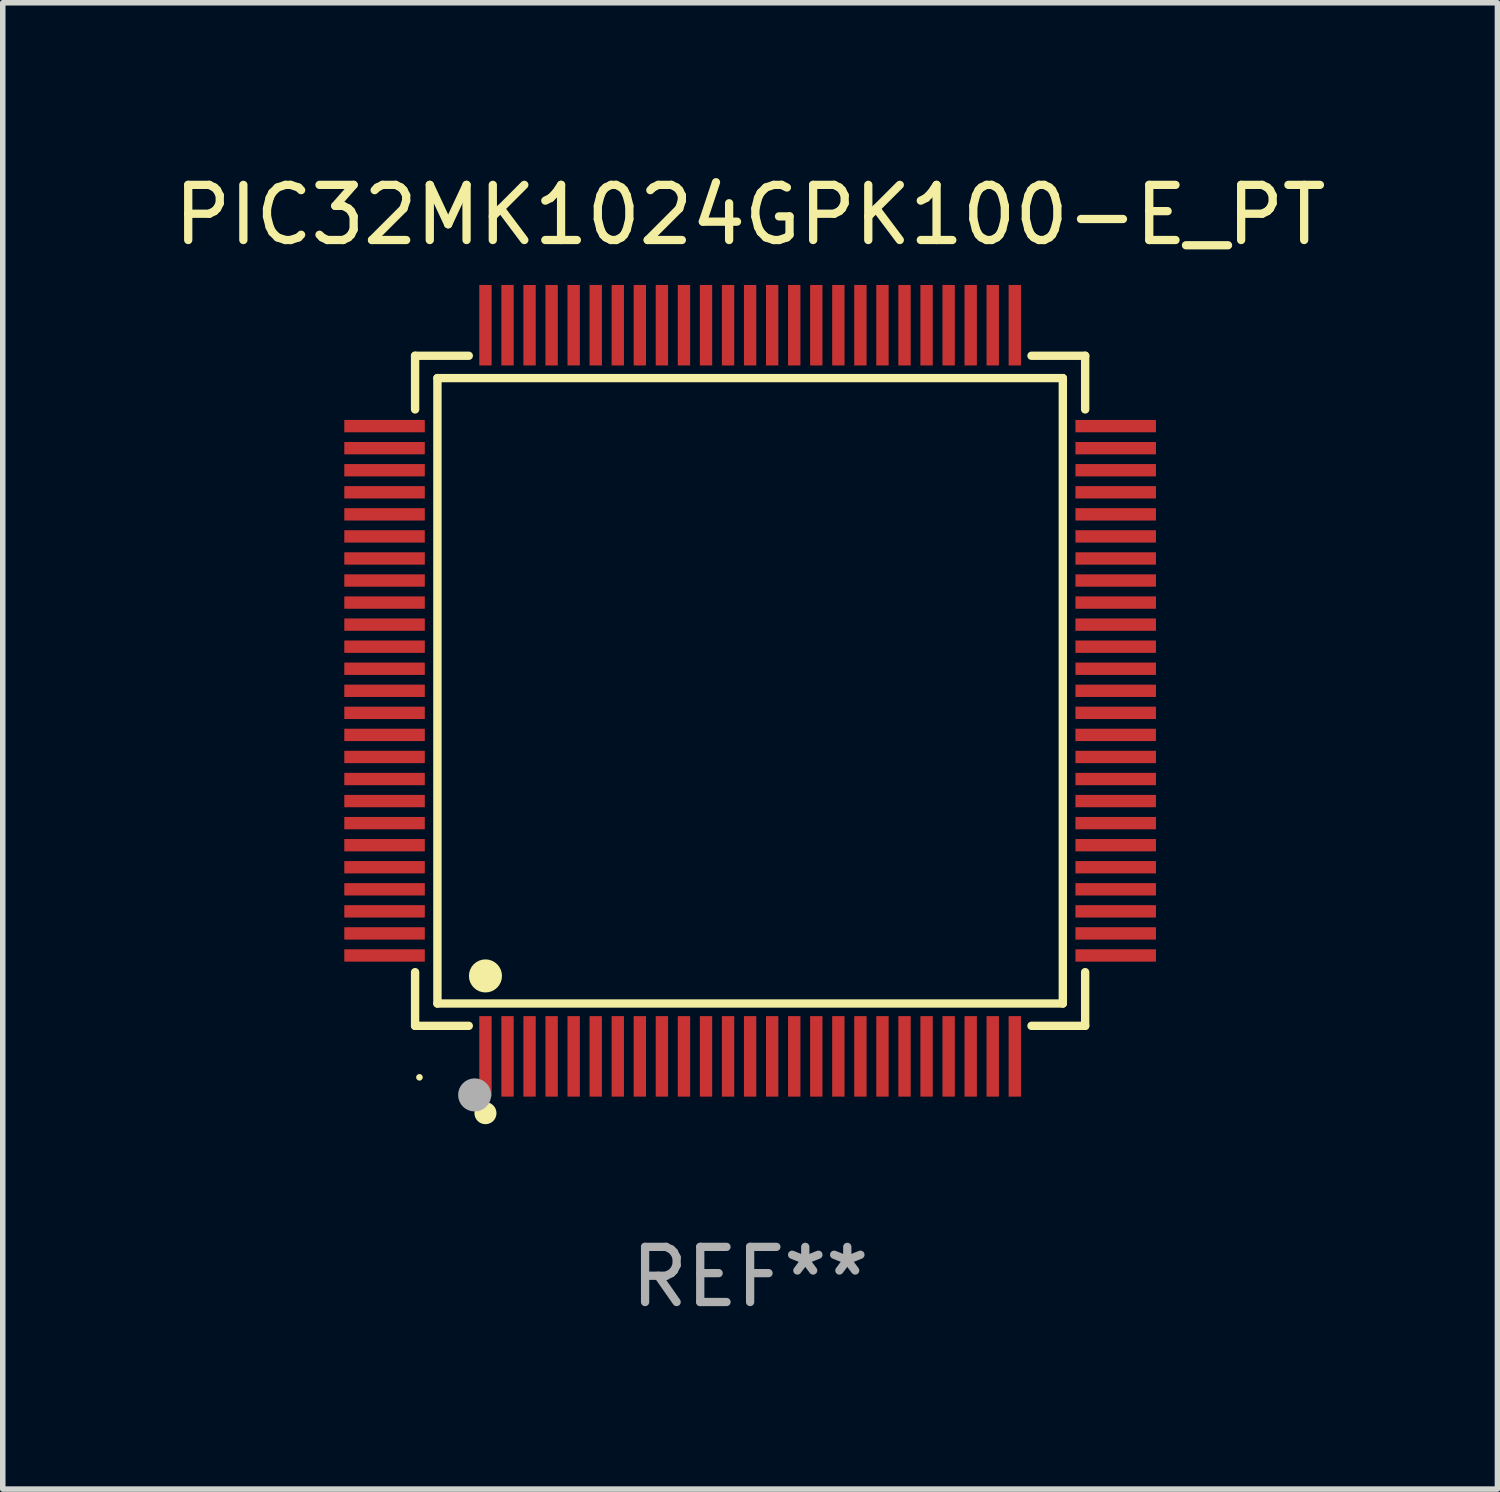
<source format=kicad_pcb>
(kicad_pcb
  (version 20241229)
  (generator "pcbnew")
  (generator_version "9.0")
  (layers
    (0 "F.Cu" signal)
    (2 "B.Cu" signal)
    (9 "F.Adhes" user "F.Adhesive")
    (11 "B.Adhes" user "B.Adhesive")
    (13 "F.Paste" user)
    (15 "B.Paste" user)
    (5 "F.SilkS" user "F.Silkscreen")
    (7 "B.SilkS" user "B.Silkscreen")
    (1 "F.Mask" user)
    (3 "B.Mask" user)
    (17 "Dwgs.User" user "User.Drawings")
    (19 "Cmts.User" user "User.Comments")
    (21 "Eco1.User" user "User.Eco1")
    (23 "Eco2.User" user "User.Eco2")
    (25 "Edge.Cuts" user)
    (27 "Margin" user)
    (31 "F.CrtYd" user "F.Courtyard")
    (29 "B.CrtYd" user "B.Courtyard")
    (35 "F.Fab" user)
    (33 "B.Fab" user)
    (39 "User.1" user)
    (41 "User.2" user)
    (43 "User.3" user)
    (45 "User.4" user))
  (footprint "PIC32MK1024GPK100-E_PT"
    (layer "F.Cu")
    (at 10.554 9.478)
    (property "Reference" "PIC32MK1024GPK100-E_PT" (at 0 -8.63 0) (layer "F.SilkS") (effects (font (size 1 1) (thickness 0.15))))
    (attr through_hole)
    (fp_line (start -6.076 -6.076) (end -5.103 -6.076) (stroke (width 0.152) (type solid)) (layer "F.SilkS"))
    (fp_line (start -6.076 -5.103) (end -6.076 -6.076) (stroke (width 0.152) (type solid)) (layer "F.SilkS"))
    (fp_line (start -6.076 5.103) (end -6.076 6.076) (stroke (width 0.152) (type solid)) (layer "F.SilkS"))
    (fp_line (start -6.076 6.076) (end -5.103 6.076) (stroke (width 0.152) (type solid)) (layer "F.SilkS"))
    (fp_line (start -5.671 -5.671) (end 5.671 -5.671) (stroke (width 0.152) (type solid)) (layer "F.SilkS"))
    (fp_line (start -5.671 5.671) (end -5.671 -5.671) (stroke (width 0.152) (type solid)) (layer "F.SilkS"))
    (fp_line (start 5.671 -5.671) (end 5.671 5.671) (stroke (width 0.152) (type solid)) (layer "F.SilkS"))
    (fp_line (start 5.671 5.671) (end -5.671 5.671) (stroke (width 0.152) (type solid)) (layer "F.SilkS"))
    (fp_line (start 6.076 -6.076) (end 5.103 -6.076) (stroke (width 0.152) (type solid)) (layer "F.SilkS"))
    (fp_line (start 6.076 -5.103) (end 6.076 -6.076) (stroke (width 0.152) (type solid)) (layer "F.SilkS"))
    (fp_line (start 6.076 5.103) (end 6.076 6.076) (stroke (width 0.152) (type solid)) (layer "F.SilkS"))
    (fp_line (start 6.076 6.076) (end 5.103 6.076) (stroke (width 0.152) (type solid)) (layer "F.SilkS"))
    (fp_circle (center -5.997 7.01) (end -5.967 7.01) (stroke (width 0.06) (type solid)) (fill no) (layer "F.SilkS"))
    (fp_circle (center -4.8 5.171) (end -4.65 5.171) (stroke (width 0.3) (type solid)) (fill no) (layer "F.SilkS"))
    (fp_circle (center -4.8 7.66) (end -4.7 7.66) (stroke (width 0.2) (type solid)) (fill no) (layer "F.SilkS"))
    (fp_circle (center -4.996 7.329) (end -4.846 7.329) (stroke (width 0.3) (type solid)) (fill no) (layer "F.Fab"))
    (fp_text user "REF**" (at 0 10.63 0) (layer "F.Fab") (effects (font (size 1 1) (thickness 0.15))))
    (pad "1" smd rect (at -4.8 6.63) (size 0.224 1.46) (layers "F.Cu" "F.Mask" "F.Paste"))
    (pad "2" smd rect (at -4.4 6.63) (size 0.224 1.46) (layers "F.Cu" "F.Mask" "F.Paste"))
    (pad "3" smd rect (at -4 6.63) (size 0.224 1.46) (layers "F.Cu" "F.Mask" "F.Paste"))
    (pad "4" smd rect (at -3.6 6.63) (size 0.224 1.46) (layers "F.Cu" "F.Mask" "F.Paste"))
    (pad "5" smd rect (at -3.2 6.63) (size 0.224 1.46) (layers "F.Cu" "F.Mask" "F.Paste"))
    (pad "6" smd rect (at -2.8 6.63) (size 0.224 1.46) (layers "F.Cu" "F.Mask" "F.Paste"))
    (pad "7" smd rect (at -2.4 6.63) (size 0.224 1.46) (layers "F.Cu" "F.Mask" "F.Paste"))
    (pad "8" smd rect (at -2 6.63) (size 0.224 1.46) (layers "F.Cu" "F.Mask" "F.Paste"))
    (pad "9" smd rect (at -1.6 6.63) (size 0.224 1.46) (layers "F.Cu" "F.Mask" "F.Paste"))
    (pad "10" smd rect (at -1.2 6.63) (size 0.224 1.46) (layers "F.Cu" "F.Mask" "F.Paste"))
    (pad "11" smd rect (at -0.8 6.63) (size 0.224 1.46) (layers "F.Cu" "F.Mask" "F.Paste"))
    (pad "12" smd rect (at -0.4 6.63) (size 0.224 1.46) (layers "F.Cu" "F.Mask" "F.Paste"))
    (pad "13" smd rect (at 0 6.63) (size 0.224 1.46) (layers "F.Cu" "F.Mask" "F.Paste"))
    (pad "14" smd rect (at 0.4 6.63) (size 0.224 1.46) (layers "F.Cu" "F.Mask" "F.Paste"))
    (pad "15" smd rect (at 0.8 6.63) (size 0.224 1.46) (layers "F.Cu" "F.Mask" "F.Paste"))
    (pad "16" smd rect (at 1.2 6.63) (size 0.224 1.46) (layers "F.Cu" "F.Mask" "F.Paste"))
    (pad "17" smd rect (at 1.6 6.63) (size 0.224 1.46) (layers "F.Cu" "F.Mask" "F.Paste"))
    (pad "18" smd rect (at 2 6.63) (size 0.224 1.46) (layers "F.Cu" "F.Mask" "F.Paste"))
    (pad "19" smd rect (at 2.4 6.63) (size 0.224 1.46) (layers "F.Cu" "F.Mask" "F.Paste"))
    (pad "20" smd rect (at 2.8 6.63) (size 0.224 1.46) (layers "F.Cu" "F.Mask" "F.Paste"))
    (pad "21" smd rect (at 3.2 6.63) (size 0.224 1.46) (layers "F.Cu" "F.Mask" "F.Paste"))
    (pad "22" smd rect (at 3.6 6.63) (size 0.224 1.46) (layers "F.Cu" "F.Mask" "F.Paste"))
    (pad "23" smd rect (at 4 6.63) (size 0.224 1.46) (layers "F.Cu" "F.Mask" "F.Paste"))
    (pad "24" smd rect (at 4.4 6.63) (size 0.224 1.46) (layers "F.Cu" "F.Mask" "F.Paste"))
    (pad "25" smd rect (at 4.8 6.63) (size 0.224 1.46) (layers "F.Cu" "F.Mask" "F.Paste"))
    (pad "26" smd rect (at 6.63 4.8) (size 1.46 0.224) (layers "F.Cu" "F.Mask" "F.Paste"))
    (pad "27" smd rect (at 6.63 4.4) (size 1.46 0.224) (layers "F.Cu" "F.Mask" "F.Paste"))
    (pad "28" smd rect (at 6.63 4) (size 1.46 0.224) (layers "F.Cu" "F.Mask" "F.Paste"))
    (pad "29" smd rect (at 6.63 3.6) (size 1.46 0.224) (layers "F.Cu" "F.Mask" "F.Paste"))
    (pad "30" smd rect (at 6.63 3.2) (size 1.46 0.224) (layers "F.Cu" "F.Mask" "F.Paste"))
    (pad "31" smd rect (at 6.63 2.8) (size 1.46 0.224) (layers "F.Cu" "F.Mask" "F.Paste"))
    (pad "32" smd rect (at 6.63 2.4) (size 1.46 0.224) (layers "F.Cu" "F.Mask" "F.Paste"))
    (pad "33" smd rect (at 6.63 2) (size 1.46 0.224) (layers "F.Cu" "F.Mask" "F.Paste"))
    (pad "34" smd rect (at 6.63 1.6) (size 1.46 0.224) (layers "F.Cu" "F.Mask" "F.Paste"))
    (pad "35" smd rect (at 6.63 1.2) (size 1.46 0.224) (layers "F.Cu" "F.Mask" "F.Paste"))
    (pad "36" smd rect (at 6.63 0.8) (size 1.46 0.224) (layers "F.Cu" "F.Mask" "F.Paste"))
    (pad "37" smd rect (at 6.63 0.4) (size 1.46 0.224) (layers "F.Cu" "F.Mask" "F.Paste"))
    (pad "38" smd rect (at 6.63 0) (size 1.46 0.224) (layers "F.Cu" "F.Mask" "F.Paste"))
    (pad "39" smd rect (at 6.63 -0.4) (size 1.46 0.224) (layers "F.Cu" "F.Mask" "F.Paste"))
    (pad "40" smd rect (at 6.63 -0.8) (size 1.46 0.224) (layers "F.Cu" "F.Mask" "F.Paste"))
    (pad "41" smd rect (at 6.63 -1.2) (size 1.46 0.224) (layers "F.Cu" "F.Mask" "F.Paste"))
    (pad "42" smd rect (at 6.63 -1.6) (size 1.46 0.224) (layers "F.Cu" "F.Mask" "F.Paste"))
    (pad "43" smd rect (at 6.63 -2) (size 1.46 0.224) (layers "F.Cu" "F.Mask" "F.Paste"))
    (pad "44" smd rect (at 6.63 -2.4) (size 1.46 0.224) (layers "F.Cu" "F.Mask" "F.Paste"))
    (pad "45" smd rect (at 6.63 -2.8) (size 1.46 0.224) (layers "F.Cu" "F.Mask" "F.Paste"))
    (pad "46" smd rect (at 6.63 -3.2) (size 1.46 0.224) (layers "F.Cu" "F.Mask" "F.Paste"))
    (pad "47" smd rect (at 6.63 -3.6) (size 1.46 0.224) (layers "F.Cu" "F.Mask" "F.Paste"))
    (pad "48" smd rect (at 6.63 -4) (size 1.46 0.224) (layers "F.Cu" "F.Mask" "F.Paste"))
    (pad "49" smd rect (at 6.63 -4.4) (size 1.46 0.224) (layers "F.Cu" "F.Mask" "F.Paste"))
    (pad "50" smd rect (at 6.63 -4.8) (size 1.46 0.224) (layers "F.Cu" "F.Mask" "F.Paste"))
    (pad "51" smd rect (at 4.8 -6.63) (size 0.224 1.46) (layers "F.Cu" "F.Mask" "F.Paste"))
    (pad "52" smd rect (at 4.4 -6.63) (size 0.224 1.46) (layers "F.Cu" "F.Mask" "F.Paste"))
    (pad "53" smd rect (at 4 -6.63) (size 0.224 1.46) (layers "F.Cu" "F.Mask" "F.Paste"))
    (pad "54" smd rect (at 3.6 -6.63) (size 0.224 1.46) (layers "F.Cu" "F.Mask" "F.Paste"))
    (pad "55" smd rect (at 3.2 -6.63) (size 0.224 1.46) (layers "F.Cu" "F.Mask" "F.Paste"))
    (pad "56" smd rect (at 2.8 -6.63) (size 0.224 1.46) (layers "F.Cu" "F.Mask" "F.Paste"))
    (pad "57" smd rect (at 2.4 -6.63) (size 0.224 1.46) (layers "F.Cu" "F.Mask" "F.Paste"))
    (pad "58" smd rect (at 2 -6.63) (size 0.224 1.46) (layers "F.Cu" "F.Mask" "F.Paste"))
    (pad "59" smd rect (at 1.6 -6.63) (size 0.224 1.46) (layers "F.Cu" "F.Mask" "F.Paste"))
    (pad "60" smd rect (at 1.2 -6.63) (size 0.224 1.46) (layers "F.Cu" "F.Mask" "F.Paste"))
    (pad "61" smd rect (at 0.8 -6.63) (size 0.224 1.46) (layers "F.Cu" "F.Mask" "F.Paste"))
    (pad "62" smd rect (at 0.4 -6.63) (size 0.224 1.46) (layers "F.Cu" "F.Mask" "F.Paste"))
    (pad "63" smd rect (at 0 -6.63) (size 0.224 1.46) (layers "F.Cu" "F.Mask" "F.Paste"))
    (pad "64" smd rect (at -0.4 -6.63) (size 0.224 1.46) (layers "F.Cu" "F.Mask" "F.Paste"))
    (pad "65" smd rect (at -0.8 -6.63) (size 0.224 1.46) (layers "F.Cu" "F.Mask" "F.Paste"))
    (pad "66" smd rect (at -1.2 -6.63) (size 0.224 1.46) (layers "F.Cu" "F.Mask" "F.Paste"))
    (pad "67" smd rect (at -1.6 -6.63) (size 0.224 1.46) (layers "F.Cu" "F.Mask" "F.Paste"))
    (pad "68" smd rect (at -2 -6.63) (size 0.224 1.46) (layers "F.Cu" "F.Mask" "F.Paste"))
    (pad "69" smd rect (at -2.4 -6.63) (size 0.224 1.46) (layers "F.Cu" "F.Mask" "F.Paste"))
    (pad "70" smd rect (at -2.8 -6.63) (size 0.224 1.46) (layers "F.Cu" "F.Mask" "F.Paste"))
    (pad "71" smd rect (at -3.2 -6.63) (size 0.224 1.46) (layers "F.Cu" "F.Mask" "F.Paste"))
    (pad "72" smd rect (at -3.6 -6.63) (size 0.224 1.46) (layers "F.Cu" "F.Mask" "F.Paste"))
    (pad "73" smd rect (at -4 -6.63) (size 0.224 1.46) (layers "F.Cu" "F.Mask" "F.Paste"))
    (pad "74" smd rect (at -4.4 -6.63) (size 0.224 1.46) (layers "F.Cu" "F.Mask" "F.Paste"))
    (pad "75" smd rect (at -4.8 -6.63) (size 0.224 1.46) (layers "F.Cu" "F.Mask" "F.Paste"))
    (pad "76" smd rect (at -6.63 -4.8) (size 1.46 0.224) (layers "F.Cu" "F.Mask" "F.Paste"))
    (pad "77" smd rect (at -6.63 -4.4) (size 1.46 0.224) (layers "F.Cu" "F.Mask" "F.Paste"))
    (pad "78" smd rect (at -6.63 -4) (size 1.46 0.224) (layers "F.Cu" "F.Mask" "F.Paste"))
    (pad "79" smd rect (at -6.63 -3.6) (size 1.46 0.224) (layers "F.Cu" "F.Mask" "F.Paste"))
    (pad "80" smd rect (at -6.63 -3.2) (size 1.46 0.224) (layers "F.Cu" "F.Mask" "F.Paste"))
    (pad "81" smd rect (at -6.63 -2.8) (size 1.46 0.224) (layers "F.Cu" "F.Mask" "F.Paste"))
    (pad "82" smd rect (at -6.63 -2.4) (size 1.46 0.224) (layers "F.Cu" "F.Mask" "F.Paste"))
    (pad "83" smd rect (at -6.63 -2) (size 1.46 0.224) (layers "F.Cu" "F.Mask" "F.Paste"))
    (pad "84" smd rect (at -6.63 -1.6) (size 1.46 0.224) (layers "F.Cu" "F.Mask" "F.Paste"))
    (pad "85" smd rect (at -6.63 -1.2) (size 1.46 0.224) (layers "F.Cu" "F.Mask" "F.Paste"))
    (pad "86" smd rect (at -6.63 -0.8) (size 1.46 0.224) (layers "F.Cu" "F.Mask" "F.Paste"))
    (pad "87" smd rect (at -6.63 -0.4) (size 1.46 0.224) (layers "F.Cu" "F.Mask" "F.Paste"))
    (pad "88" smd rect (at -6.63 0) (size 1.46 0.224) (layers "F.Cu" "F.Mask" "F.Paste"))
    (pad "89" smd rect (at -6.63 0.4) (size 1.46 0.224) (layers "F.Cu" "F.Mask" "F.Paste"))
    (pad "90" smd rect (at -6.63 0.8) (size 1.46 0.224) (layers "F.Cu" "F.Mask" "F.Paste"))
    (pad "91" smd rect (at -6.63 1.2) (size 1.46 0.224) (layers "F.Cu" "F.Mask" "F.Paste"))
    (pad "92" smd rect (at -6.63 1.6) (size 1.46 0.224) (layers "F.Cu" "F.Mask" "F.Paste"))
    (pad "93" smd rect (at -6.63 2) (size 1.46 0.224) (layers "F.Cu" "F.Mask" "F.Paste"))
    (pad "94" smd rect (at -6.63 2.4) (size 1.46 0.224) (layers "F.Cu" "F.Mask" "F.Paste"))
    (pad "95" smd rect (at -6.63 2.8) (size 1.46 0.224) (layers "F.Cu" "F.Mask" "F.Paste"))
    (pad "96" smd rect (at -6.63 3.2) (size 1.46 0.224) (layers "F.Cu" "F.Mask" "F.Paste"))
    (pad "97" smd rect (at -6.63 3.6) (size 1.46 0.224) (layers "F.Cu" "F.Mask" "F.Paste"))
    (pad "98" smd rect (at -6.63 4) (size 1.46 0.224) (layers "F.Cu" "F.Mask" "F.Paste"))
    (pad "99" smd rect (at -6.63 4.4) (size 1.46 0.224) (layers "F.Cu" "F.Mask" "F.Paste"))
    (pad "100" smd rect (at -6.63 4.8) (size 1.46 0.224) (layers "F.Cu" "F.Mask" "F.Paste")))
  (gr_rect
    (start -3 -3)
    (end 24.107 23.956)
    (stroke (width 0.1) (type default))
    (fill no)
    (layer "Edge.Cuts")))
</source>
